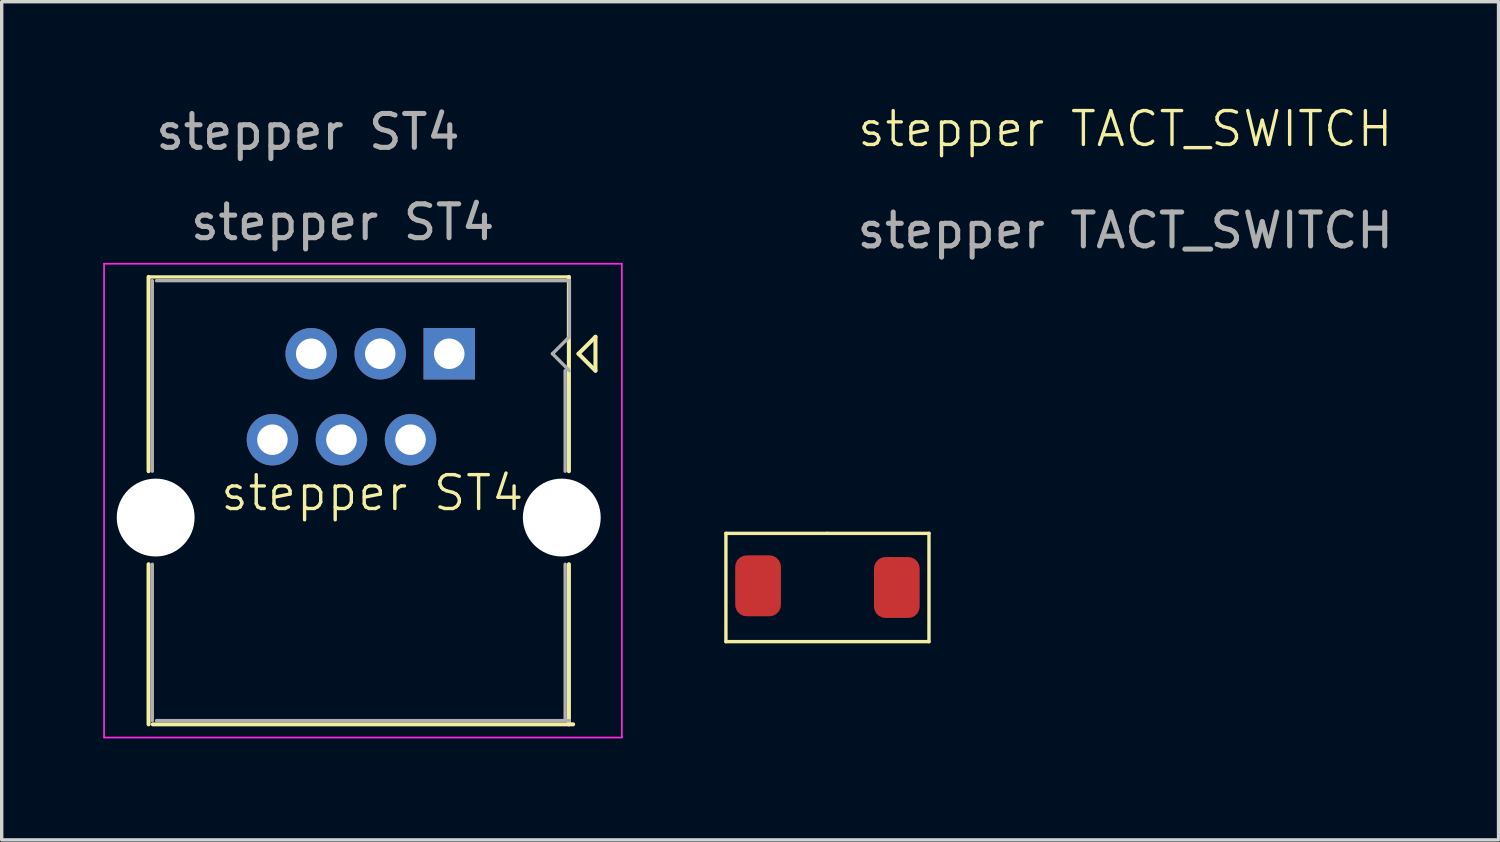
<source format=kicad_pcb>
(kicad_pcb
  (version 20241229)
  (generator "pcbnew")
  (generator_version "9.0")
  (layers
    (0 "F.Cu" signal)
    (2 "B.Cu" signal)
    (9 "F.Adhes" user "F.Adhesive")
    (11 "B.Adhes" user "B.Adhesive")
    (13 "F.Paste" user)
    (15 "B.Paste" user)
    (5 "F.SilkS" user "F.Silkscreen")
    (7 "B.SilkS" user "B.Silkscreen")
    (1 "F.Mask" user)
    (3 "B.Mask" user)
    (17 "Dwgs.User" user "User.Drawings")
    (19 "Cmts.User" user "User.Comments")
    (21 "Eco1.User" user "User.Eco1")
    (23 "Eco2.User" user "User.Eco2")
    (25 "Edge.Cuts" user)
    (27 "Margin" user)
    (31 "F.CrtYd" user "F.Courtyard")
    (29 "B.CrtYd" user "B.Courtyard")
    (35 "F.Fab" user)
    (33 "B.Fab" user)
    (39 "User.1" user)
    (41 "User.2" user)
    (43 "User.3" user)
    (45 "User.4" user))
  (footprint "stepper TACT_SWITCH"
    (layer "F.Cu")
    (at 21.4 14.31)
    (property "Reference" "stepper TACT_SWITCH" (at 8.8 -13.55 0) (unlocked yes) (layer "F.SilkS") (effects (font (size 1 1) (thickness 0.1))))
    (attr smd)
    (fp_line (start -3 -1.6) (end 0 -1.6) (stroke (width 0.1) (type default)) (layer "F.SilkS"))
    (fp_line (start -3 1.6) (end -3 -1.6) (stroke (width 0.1) (type default)) (layer "F.SilkS"))
    (fp_line (start 0 -1.6) (end 3 -1.6) (stroke (width 0.1) (type default)) (layer "F.SilkS"))
    (fp_line (start 3 -1.6) (end 3 1.6) (stroke (width 0.1) (type default)) (layer "F.SilkS"))
    (fp_line (start 3 1.6) (end -3 1.6) (stroke (width 0.1) (type default)) (layer "F.SilkS"))
    (fp_text user "${REFERENCE}" (at 8.8 -10.55 0) (unlocked yes) (layer "F.Fab") (effects (font (size 1 1) (thickness 0.15))))
    (pad "1" smd roundrect (at -2.05 -0.05) (size 1.35 1.8) (layers "F.Cu" "F.Mask" "F.Paste") (roundrect_rratio 0.25))
    (pad "2" smd roundrect (at 2.05 0) (size 1.35 1.8) (layers "F.Cu" "F.Mask" "F.Paste") (roundrect_rratio 0.25)))
  (footprint "stepper ST4"
    (layer "F.Cu")
    (at 7.525 12.018)
    (property "Reference" "stepper ST4" (at 0.425 -0.5 0) (unlocked yes) (layer "F.SilkS") (effects (font (size 1 1) (thickness 0.1))))
    (attr through_hole)
    (fp_line (start -6.185 -6.885) (end -6.185 -1.145) (stroke (width 0.12) (type solid)) (layer "F.SilkS"))
    (fp_line (start -6.185 -6.885) (end 6.235 -6.885) (stroke (width 0.1) (type default)) (layer "F.SilkS"))
    (fp_line (start -6.185 1.605) (end -6.185 6.335) (stroke (width 0.12) (type solid)) (layer "F.SilkS"))
    (fp_line (start -6.06 6.335) (end 6.36 6.335) (stroke (width 0.12) (type solid)) (layer "F.SilkS"))
    (fp_line (start 6.235 -6.885) (end 6.235 -1.145) (stroke (width 0.12) (type solid)) (layer "F.SilkS"))
    (fp_line (start 6.235 1.605) (end 6.235 6.335) (stroke (width 0.12) (type solid)) (layer "F.SilkS"))
    (fp_line (start 6.52 -4.615) (end 7.02 -4.115) (stroke (width 0.12) (type solid)) (layer "F.SilkS"))
    (fp_line (start 7.02 -5.115) (end 6.52 -4.615) (stroke (width 0.12) (type solid)) (layer "F.SilkS"))
    (fp_line (start 7.02 -5.115) (end 7.02 -4.115) (stroke (width 0.12) (type solid)) (layer "F.SilkS"))
    (fp_line (start -7.5 -7.275) (end -7.5 6.725) (stroke (width 0.05) (type solid)) (layer "F.CrtYd"))
    (fp_line (start -7.5 -7.275) (end 7.8 -7.275) (stroke (width 0.05) (type solid)) (layer "F.CrtYd"))
    (fp_line (start 7.8 6.725) (end -7.5 6.725) (stroke (width 0.05) (type solid)) (layer "F.CrtYd"))
    (fp_line (start 7.8 6.725) (end 7.8 -7.275) (stroke (width 0.05) (type solid)) (layer "F.CrtYd"))
    (fp_line (start -6.075 -6.775) (end -6.075 -1.145) (stroke (width 0.1) (type solid)) (layer "F.Fab"))
    (fp_line (start -6.075 1.605) (end -6.075 6.225) (stroke (width 0.1) (type solid)) (layer "F.Fab"))
    (fp_line (start -5.95 -6.775) (end 6.25 -6.775) (stroke (width 0.1) (type solid)) (layer "F.Fab"))
    (fp_line (start -5.95 6.225) (end 6.25 6.225) (stroke (width 0.1) (type solid)) (layer "F.Fab"))
    (fp_line (start 5.75 -4.615) (end 6.25 -4.115) (stroke (width 0.1) (type solid)) (layer "F.Fab"))
    (fp_line (start 6.125 -4.115) (end 6.125 -1.145) (stroke (width 0.1) (type solid)) (layer "F.Fab"))
    (fp_line (start 6.125 1.605) (end 6.125 6.225) (stroke (width 0.1) (type solid)) (layer "F.Fab"))
    (fp_line (start 6.25 -6.775) (end 6.25 -5.115) (stroke (width 0.1) (type solid)) (layer "F.Fab"))
    (fp_line (start 6.25 -5.115) (end 5.75 -4.615) (stroke (width 0.1) (type solid)) (layer "F.Fab"))
    (fp_text user "${REFERENCE}" (at -1.475 -11.17 0) (layer "F.Fab") (effects (font (size 1 1) (thickness 0.15))))
    (fp_text user "${REFERENCE}" (at -0.45 -8.5 0) (unlocked yes) (layer "F.Fab") (effects (font (size 1 1) (thickness 0.15))))
    (pad "" np_thru_hole circle (at -5.975 0.225) (size 2.3 2.3) (drill 2.36) (layers "*.Cu" "*.Mask"))
    (pad "" np_thru_hole circle (at 6.025 0.225) (size 2.3 2.3) (drill 2.36) (layers "*.Cu" "*.Mask"))
    (pad "1" thru_hole rect (at 2.7 -4.615) (size 1.52 1.52) (drill 0.9) (layers "*.Cu" "*.Mask"))
    (pad "2" thru_hole circle (at 1.555 -2.075) (size 1.52 1.52) (drill 0.9) (layers "*.Cu" "*.Mask"))
    (pad "3" thru_hole circle (at 0.66 -4.615) (size 1.52 1.52) (drill 0.9) (layers "*.Cu" "*.Mask"))
    (pad "4" thru_hole circle (at -0.485 -2.075) (size 1.52 1.52) (drill 0.9) (layers "*.Cu" "*.Mask"))
    (pad "5" thru_hole circle (at -1.38 -4.615) (size 1.52 1.52) (drill 0.9) (layers "*.Cu" "*.Mask"))
    (pad "6" thru_hole circle (at -2.525 -2.075) (size 1.52 1.52) (drill 0.9) (layers "*.Cu" "*.Mask")))
  (gr_rect
    (start -3 -3)
    (end 41.23 21.768)
    (stroke (width 0.1) (type default))
    (fill no)
    (layer "Edge.Cuts")))
</source>
